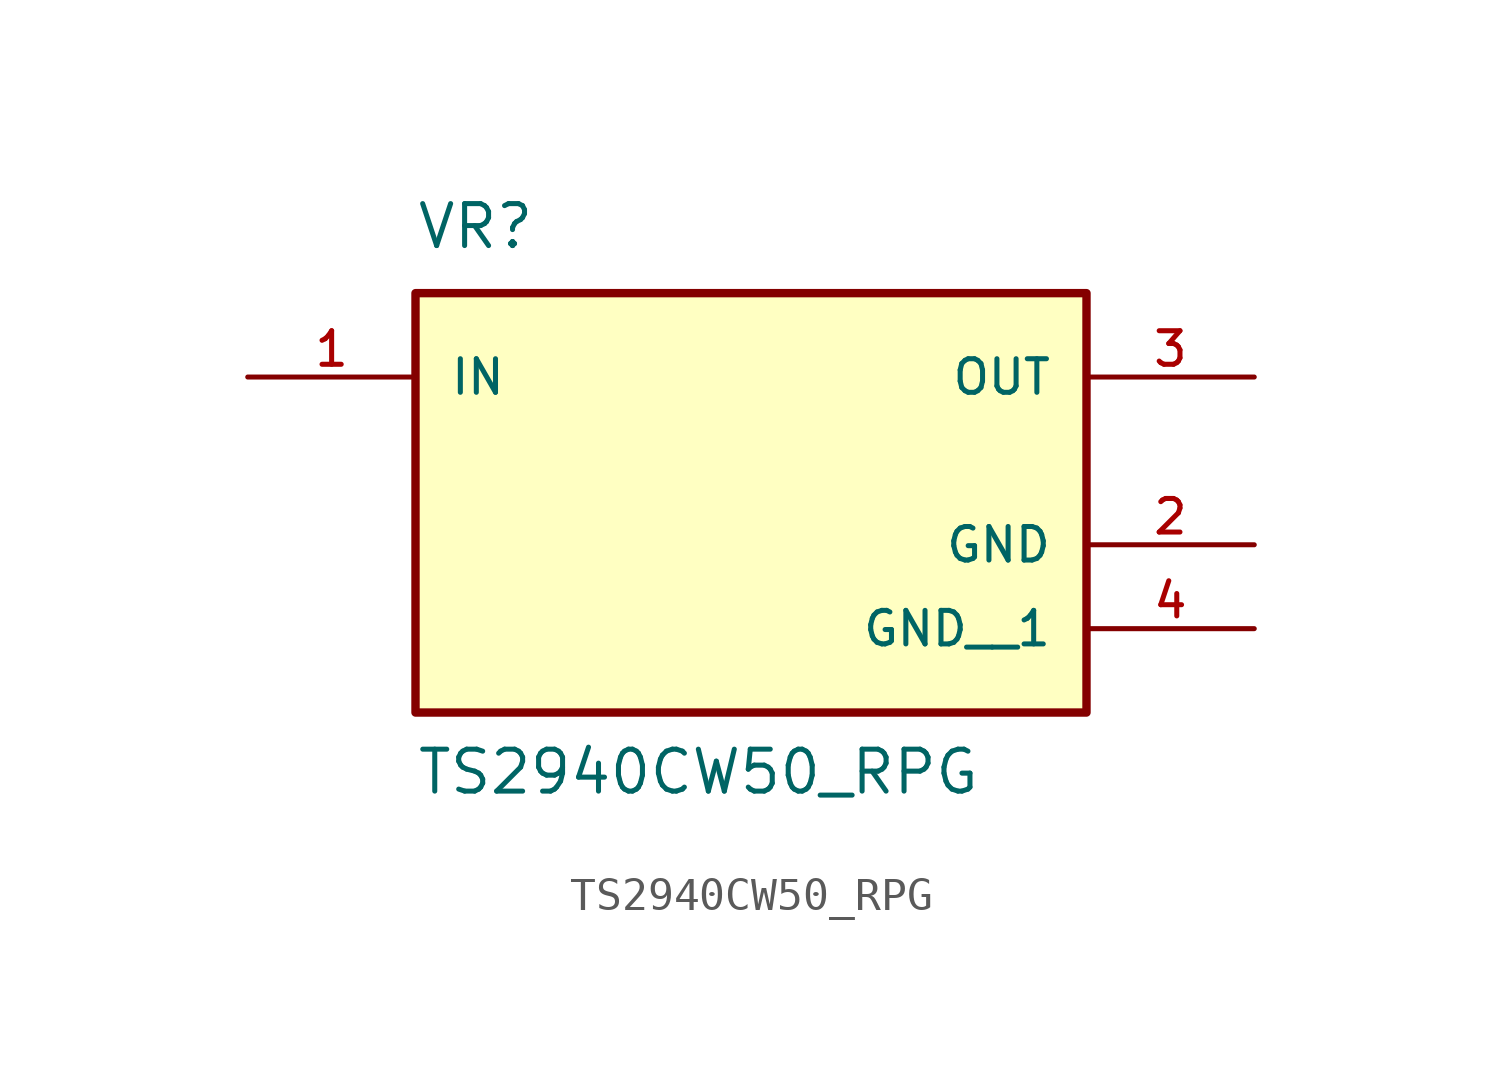
<source format=kicad_sym>
(kicad_symbol_lib
  (version 20211014)
  (generator kicad_symbol_editor)
  (symbol "TS2940CW50_RPG"
    (pin_names
      (offset 1.016))
    (property "Reference" "VR"
      (at -10.164 6.358 0)
      (effects (font (size 1.27 1.27)) (justify bottom left)))
    (property "Value" "TS2940CW50_RPG"
      (at -10.161 -10.163 0)
      (effects (font (size 1.27 1.27)) (justify bottom left)))
    (symbol "TS2940CW50_RPG_0_0"
      (rectangle (start -10.16 -7.62) (end 10.16 5.08) (stroke (width 0.254)) (fill (type background)))
      (pin input line (at -15.24 2.54 0) (length 5.08) (name "IN" (effects (font (size 1.016 1.016)))) (number "1" (effects (font (size 1.016 1.016)))))
      (pin output line (at 15.24 2.54 180.0) (length 5.08) (name "OUT" (effects (font (size 1.016 1.016)))) (number "3" (effects (font (size 1.016 1.016)))))
      (pin power_in line (at 15.24 -2.54 180.0) (length 5.08) (name "GND" (effects (font (size 1.016 1.016)))) (number "2" (effects (font (size 1.016 1.016)))))
      (pin power_in line (at 15.24 -5.08 180.0) (length 5.08) (name "GND__1" (effects (font (size 1.016 1.016)))) (number "4" (effects (font (size 1.016 1.016))))))))
</source>
